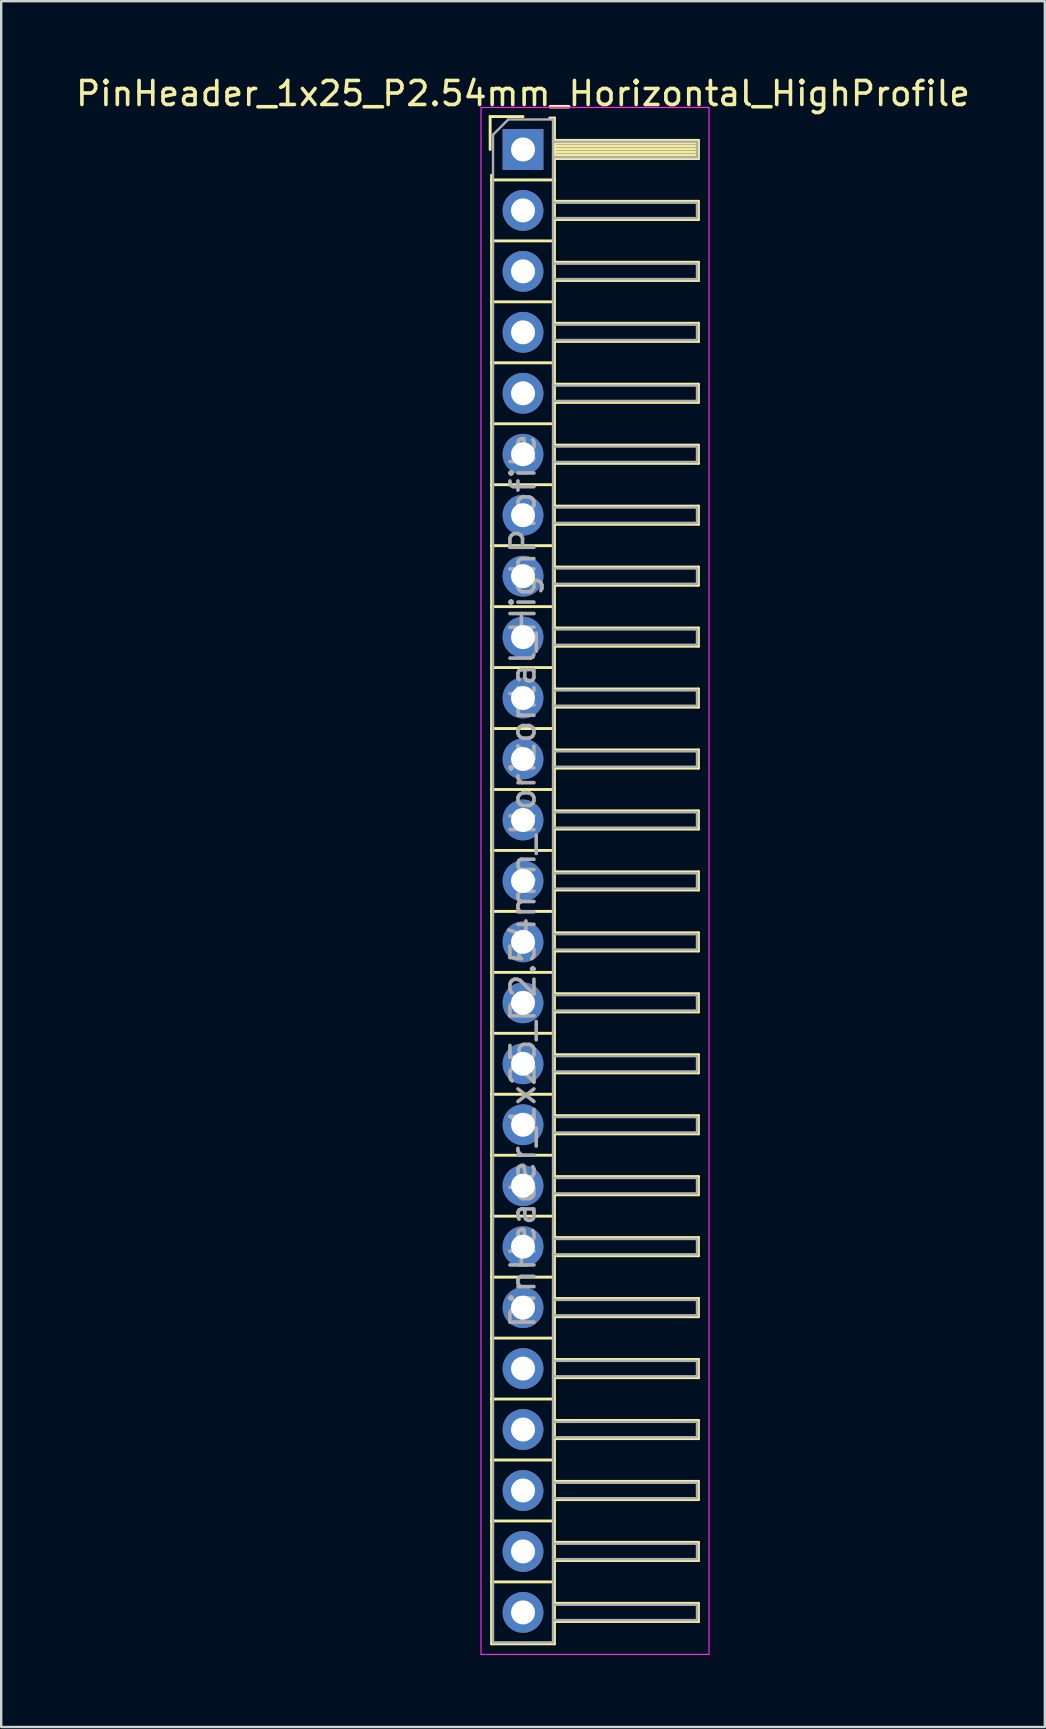
<source format=kicad_pcb>
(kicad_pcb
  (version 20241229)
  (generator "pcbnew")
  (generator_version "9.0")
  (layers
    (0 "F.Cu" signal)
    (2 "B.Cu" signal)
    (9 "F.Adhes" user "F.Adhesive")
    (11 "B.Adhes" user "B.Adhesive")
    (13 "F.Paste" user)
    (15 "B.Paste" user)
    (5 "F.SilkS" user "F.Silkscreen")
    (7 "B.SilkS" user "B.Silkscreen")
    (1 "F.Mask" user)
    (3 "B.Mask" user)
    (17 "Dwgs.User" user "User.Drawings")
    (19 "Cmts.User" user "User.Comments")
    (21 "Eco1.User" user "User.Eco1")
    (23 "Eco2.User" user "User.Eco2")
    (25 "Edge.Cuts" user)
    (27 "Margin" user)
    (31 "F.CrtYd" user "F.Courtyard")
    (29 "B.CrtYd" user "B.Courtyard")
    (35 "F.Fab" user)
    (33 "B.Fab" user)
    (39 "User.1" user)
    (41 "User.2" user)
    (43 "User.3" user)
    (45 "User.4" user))
  (footprint "PinHeader_1x25_P2.54mm_Horizontal_HighProfile"
    (layer "F.Cu")
    (at 18.744 3.178)
    (property "Reference" "PinHeader_1x25_P2.54mm_Horizontal_HighProfile" (at 0 -2.33 0) (layer "F.SilkS") (effects (font (size 1 1) (thickness 0.15))))
    (attr through_hole)
    (fp_line (start -1.37 -1.37) (end -1.37 0) (stroke (width 0.12) (type solid)) (layer "F.SilkS"))
    (fp_line (start -1.37 -1.37) (end 0 -1.37) (stroke (width 0.12) (type solid)) (layer "F.SilkS"))
    (fp_line (start -1.31 1.27) (end -1.31 1.07) (stroke (width 0.12) (type solid)) (layer "F.SilkS"))
    (fp_line (start -1.31 1.27) (end -1.31 3.81) (stroke (width 0.12) (type solid)) (layer "F.SilkS"))
    (fp_line (start -1.31 1.27) (end 1.31 1.27) (stroke (width 0.12) (type solid)) (layer "F.SilkS"))
    (fp_line (start -1.31 3.81) (end -1.31 6.35) (stroke (width 0.12) (type solid)) (layer "F.SilkS"))
    (fp_line (start -1.31 3.81) (end 1.31 3.81) (stroke (width 0.12) (type solid)) (layer "F.SilkS"))
    (fp_line (start -1.31 6.35) (end -1.31 8.89) (stroke (width 0.12) (type solid)) (layer "F.SilkS"))
    (fp_line (start -1.31 6.35) (end 1.31 6.35) (stroke (width 0.12) (type solid)) (layer "F.SilkS"))
    (fp_line (start -1.31 8.89) (end -1.31 11.43) (stroke (width 0.12) (type solid)) (layer "F.SilkS"))
    (fp_line (start -1.31 8.89) (end 1.31 8.89) (stroke (width 0.12) (type solid)) (layer "F.SilkS"))
    (fp_line (start -1.31 11.43) (end -1.31 13.97) (stroke (width 0.12) (type solid)) (layer "F.SilkS"))
    (fp_line (start -1.31 11.43) (end 1.31 11.43) (stroke (width 0.12) (type solid)) (layer "F.SilkS"))
    (fp_line (start -1.31 13.97) (end -1.31 16.51) (stroke (width 0.12) (type solid)) (layer "F.SilkS"))
    (fp_line (start -1.31 13.97) (end 1.31 13.97) (stroke (width 0.12) (type solid)) (layer "F.SilkS"))
    (fp_line (start -1.31 16.51) (end -1.31 19.05) (stroke (width 0.12) (type solid)) (layer "F.SilkS"))
    (fp_line (start -1.31 16.51) (end 1.31 16.51) (stroke (width 0.12) (type solid)) (layer "F.SilkS"))
    (fp_line (start -1.31 19.05) (end -1.31 21.59) (stroke (width 0.12) (type solid)) (layer "F.SilkS"))
    (fp_line (start -1.31 19.05) (end 1.31 19.05) (stroke (width 0.12) (type solid)) (layer "F.SilkS"))
    (fp_line (start -1.31 21.59) (end -1.31 24.13) (stroke (width 0.12) (type solid)) (layer "F.SilkS"))
    (fp_line (start -1.31 21.59) (end 1.31 21.59) (stroke (width 0.12) (type solid)) (layer "F.SilkS"))
    (fp_line (start -1.31 24.13) (end -1.31 26.67) (stroke (width 0.12) (type solid)) (layer "F.SilkS"))
    (fp_line (start -1.31 24.13) (end 1.31 24.13) (stroke (width 0.12) (type solid)) (layer "F.SilkS"))
    (fp_line (start -1.31 26.67) (end -1.31 29.21) (stroke (width 0.12) (type solid)) (layer "F.SilkS"))
    (fp_line (start -1.31 26.67) (end 1.31 26.67) (stroke (width 0.12) (type solid)) (layer "F.SilkS"))
    (fp_line (start -1.31 29.21) (end -1.31 31.75) (stroke (width 0.12) (type solid)) (layer "F.SilkS"))
    (fp_line (start -1.31 29.21) (end 1.31 29.21) (stroke (width 0.12) (type solid)) (layer "F.SilkS"))
    (fp_line (start -1.31 31.75) (end -1.31 34.29) (stroke (width 0.12) (type solid)) (layer "F.SilkS"))
    (fp_line (start -1.31 31.75) (end 1.31 31.75) (stroke (width 0.12) (type solid)) (layer "F.SilkS"))
    (fp_line (start -1.31 34.29) (end -1.31 36.83) (stroke (width 0.12) (type solid)) (layer "F.SilkS"))
    (fp_line (start -1.31 34.29) (end 1.31 34.29) (stroke (width 0.12) (type solid)) (layer "F.SilkS"))
    (fp_line (start -1.31 36.83) (end -1.31 39.37) (stroke (width 0.12) (type solid)) (layer "F.SilkS"))
    (fp_line (start -1.31 36.83) (end 1.31 36.83) (stroke (width 0.12) (type solid)) (layer "F.SilkS"))
    (fp_line (start -1.31 39.37) (end -1.31 41.91) (stroke (width 0.12) (type solid)) (layer "F.SilkS"))
    (fp_line (start -1.31 39.37) (end 1.31 39.37) (stroke (width 0.12) (type solid)) (layer "F.SilkS"))
    (fp_line (start -1.31 41.91) (end -1.31 44.45) (stroke (width 0.12) (type solid)) (layer "F.SilkS"))
    (fp_line (start -1.31 41.91) (end 1.31 41.91) (stroke (width 0.12) (type solid)) (layer "F.SilkS"))
    (fp_line (start -1.31 44.45) (end -1.31 46.99) (stroke (width 0.12) (type solid)) (layer "F.SilkS"))
    (fp_line (start -1.31 44.45) (end 1.31 44.45) (stroke (width 0.12) (type solid)) (layer "F.SilkS"))
    (fp_line (start -1.31 46.99) (end -1.31 49.53) (stroke (width 0.12) (type solid)) (layer "F.SilkS"))
    (fp_line (start -1.31 46.99) (end 1.31 46.99) (stroke (width 0.12) (type solid)) (layer "F.SilkS"))
    (fp_line (start -1.31 49.53) (end -1.31 52.07) (stroke (width 0.12) (type solid)) (layer "F.SilkS"))
    (fp_line (start -1.31 49.53) (end 1.31 49.53) (stroke (width 0.12) (type solid)) (layer "F.SilkS"))
    (fp_line (start -1.31 52.07) (end -1.31 54.61) (stroke (width 0.12) (type solid)) (layer "F.SilkS"))
    (fp_line (start -1.31 52.07) (end 1.31 52.07) (stroke (width 0.12) (type solid)) (layer "F.SilkS"))
    (fp_line (start -1.31 54.61) (end -1.31 57.15) (stroke (width 0.12) (type solid)) (layer "F.SilkS"))
    (fp_line (start -1.31 54.61) (end 1.31 54.61) (stroke (width 0.12) (type solid)) (layer "F.SilkS"))
    (fp_line (start -1.31 57.15) (end -1.31 59.69) (stroke (width 0.12) (type solid)) (layer "F.SilkS"))
    (fp_line (start -1.31 57.15) (end 1.31 57.15) (stroke (width 0.12) (type solid)) (layer "F.SilkS"))
    (fp_line (start -1.31 59.69) (end -1.31 62.27) (stroke (width 0.12) (type solid)) (layer "F.SilkS"))
    (fp_line (start -1.31 59.69) (end 1.31 59.69) (stroke (width 0.12) (type solid)) (layer "F.SilkS"))
    (fp_line (start -1.31 62.27) (end 1.31 62.27) (stroke (width 0.12) (type solid)) (layer "F.SilkS"))
    (fp_line (start 1.11 -1.31) (end 1.31 -1.31) (stroke (width 0.12) (type solid)) (layer "F.SilkS"))
    (fp_line (start 1.31 -1.31) (end 1.31 1.31) (stroke (width 0.12) (type solid)) (layer "F.SilkS"))
    (fp_line (start 1.31 -0.38) (end 7.31 -0.38) (stroke (width 0.12) (type solid)) (layer "F.SilkS"))
    (fp_line (start 1.31 -0.26) (end 7.31 -0.26) (stroke (width 0.12) (type solid)) (layer "F.SilkS"))
    (fp_line (start 1.31 -0.14) (end 7.31 -0.14) (stroke (width 0.12) (type solid)) (layer "F.SilkS"))
    (fp_line (start 1.31 -0.02) (end 7.31 -0.02) (stroke (width 0.12) (type solid)) (layer "F.SilkS"))
    (fp_line (start 1.31 0.1) (end 7.31 0.1) (stroke (width 0.12) (type solid)) (layer "F.SilkS"))
    (fp_line (start 1.31 0.22) (end 7.31 0.22) (stroke (width 0.12) (type solid)) (layer "F.SilkS"))
    (fp_line (start 1.31 0.34) (end 7.31 0.34) (stroke (width 0.12) (type solid)) (layer "F.SilkS"))
    (fp_line (start 1.31 0.38) (end 7.31 0.38) (stroke (width 0.12) (type solid)) (layer "F.SilkS"))
    (fp_line (start 1.31 1.27) (end 1.31 3.81) (stroke (width 0.12) (type solid)) (layer "F.SilkS"))
    (fp_line (start 1.31 2.16) (end 7.31 2.16) (stroke (width 0.12) (type solid)) (layer "F.SilkS"))
    (fp_line (start 1.31 2.92) (end 7.31 2.92) (stroke (width 0.12) (type solid)) (layer "F.SilkS"))
    (fp_line (start 1.31 3.81) (end 1.31 6.35) (stroke (width 0.12) (type solid)) (layer "F.SilkS"))
    (fp_line (start 1.31 4.7) (end 7.31 4.7) (stroke (width 0.12) (type solid)) (layer "F.SilkS"))
    (fp_line (start 1.31 5.46) (end 7.31 5.46) (stroke (width 0.12) (type solid)) (layer "F.SilkS"))
    (fp_line (start 1.31 6.35) (end 1.31 8.89) (stroke (width 0.12) (type solid)) (layer "F.SilkS"))
    (fp_line (start 1.31 7.24) (end 7.31 7.24) (stroke (width 0.12) (type solid)) (layer "F.SilkS"))
    (fp_line (start 1.31 8) (end 7.31 8) (stroke (width 0.12) (type solid)) (layer "F.SilkS"))
    (fp_line (start 1.31 8.89) (end 1.31 11.43) (stroke (width 0.12) (type solid)) (layer "F.SilkS"))
    (fp_line (start 1.31 9.78) (end 7.31 9.78) (stroke (width 0.12) (type solid)) (layer "F.SilkS"))
    (fp_line (start 1.31 10.54) (end 7.31 10.54) (stroke (width 0.12) (type solid)) (layer "F.SilkS"))
    (fp_line (start 1.31 11.43) (end 1.31 13.97) (stroke (width 0.12) (type solid)) (layer "F.SilkS"))
    (fp_line (start 1.31 12.32) (end 7.31 12.32) (stroke (width 0.12) (type solid)) (layer "F.SilkS"))
    (fp_line (start 1.31 13.08) (end 7.31 13.08) (stroke (width 0.12) (type solid)) (layer "F.SilkS"))
    (fp_line (start 1.31 13.97) (end 1.31 16.51) (stroke (width 0.12) (type solid)) (layer "F.SilkS"))
    (fp_line (start 1.31 14.86) (end 7.31 14.86) (stroke (width 0.12) (type solid)) (layer "F.SilkS"))
    (fp_line (start 1.31 15.62) (end 7.31 15.62) (stroke (width 0.12) (type solid)) (layer "F.SilkS"))
    (fp_line (start 1.31 16.51) (end 1.31 19.05) (stroke (width 0.12) (type solid)) (layer "F.SilkS"))
    (fp_line (start 1.31 17.4) (end 7.31 17.4) (stroke (width 0.12) (type solid)) (layer "F.SilkS"))
    (fp_line (start 1.31 18.16) (end 7.31 18.16) (stroke (width 0.12) (type solid)) (layer "F.SilkS"))
    (fp_line (start 1.31 19.05) (end 1.31 21.59) (stroke (width 0.12) (type solid)) (layer "F.SilkS"))
    (fp_line (start 1.31 19.94) (end 7.31 19.94) (stroke (width 0.12) (type solid)) (layer "F.SilkS"))
    (fp_line (start 1.31 20.7) (end 7.31 20.7) (stroke (width 0.12) (type solid)) (layer "F.SilkS"))
    (fp_line (start 1.31 21.59) (end 1.31 24.13) (stroke (width 0.12) (type solid)) (layer "F.SilkS"))
    (fp_line (start 1.31 22.48) (end 7.31 22.48) (stroke (width 0.12) (type solid)) (layer "F.SilkS"))
    (fp_line (start 1.31 23.24) (end 7.31 23.24) (stroke (width 0.12) (type solid)) (layer "F.SilkS"))
    (fp_line (start 1.31 24.13) (end 1.31 26.67) (stroke (width 0.12) (type solid)) (layer "F.SilkS"))
    (fp_line (start 1.31 25.02) (end 7.31 25.02) (stroke (width 0.12) (type solid)) (layer "F.SilkS"))
    (fp_line (start 1.31 25.78) (end 7.31 25.78) (stroke (width 0.12) (type solid)) (layer "F.SilkS"))
    (fp_line (start 1.31 26.67) (end 1.31 29.21) (stroke (width 0.12) (type solid)) (layer "F.SilkS"))
    (fp_line (start 1.31 27.56) (end 7.31 27.56) (stroke (width 0.12) (type solid)) (layer "F.SilkS"))
    (fp_line (start 1.31 28.32) (end 7.31 28.32) (stroke (width 0.12) (type solid)) (layer "F.SilkS"))
    (fp_line (start 1.31 29.21) (end 1.31 31.75) (stroke (width 0.12) (type solid)) (layer "F.SilkS"))
    (fp_line (start 1.31 30.1) (end 7.31 30.1) (stroke (width 0.12) (type solid)) (layer "F.SilkS"))
    (fp_line (start 1.31 30.86) (end 7.31 30.86) (stroke (width 0.12) (type solid)) (layer "F.SilkS"))
    (fp_line (start 1.31 31.75) (end 1.31 34.29) (stroke (width 0.12) (type solid)) (layer "F.SilkS"))
    (fp_line (start 1.31 32.64) (end 7.31 32.64) (stroke (width 0.12) (type solid)) (layer "F.SilkS"))
    (fp_line (start 1.31 33.4) (end 7.31 33.4) (stroke (width 0.12) (type solid)) (layer "F.SilkS"))
    (fp_line (start 1.31 34.29) (end 1.31 36.83) (stroke (width 0.12) (type solid)) (layer "F.SilkS"))
    (fp_line (start 1.31 35.18) (end 7.31 35.18) (stroke (width 0.12) (type solid)) (layer "F.SilkS"))
    (fp_line (start 1.31 35.94) (end 7.31 35.94) (stroke (width 0.12) (type solid)) (layer "F.SilkS"))
    (fp_line (start 1.31 36.83) (end 1.31 39.37) (stroke (width 0.12) (type solid)) (layer "F.SilkS"))
    (fp_line (start 1.31 37.72) (end 7.31 37.72) (stroke (width 0.12) (type solid)) (layer "F.SilkS"))
    (fp_line (start 1.31 38.48) (end 7.31 38.48) (stroke (width 0.12) (type solid)) (layer "F.SilkS"))
    (fp_line (start 1.31 39.37) (end 1.31 41.91) (stroke (width 0.12) (type solid)) (layer "F.SilkS"))
    (fp_line (start 1.31 40.26) (end 7.31 40.26) (stroke (width 0.12) (type solid)) (layer "F.SilkS"))
    (fp_line (start 1.31 41.02) (end 7.31 41.02) (stroke (width 0.12) (type solid)) (layer "F.SilkS"))
    (fp_line (start 1.31 41.91) (end 1.31 44.45) (stroke (width 0.12) (type solid)) (layer "F.SilkS"))
    (fp_line (start 1.31 42.8) (end 7.31 42.8) (stroke (width 0.12) (type solid)) (layer "F.SilkS"))
    (fp_line (start 1.31 43.56) (end 7.31 43.56) (stroke (width 0.12) (type solid)) (layer "F.SilkS"))
    (fp_line (start 1.31 44.45) (end 1.31 46.99) (stroke (width 0.12) (type solid)) (layer "F.SilkS"))
    (fp_line (start 1.31 45.34) (end 7.31 45.34) (stroke (width 0.12) (type solid)) (layer "F.SilkS"))
    (fp_line (start 1.31 46.1) (end 7.31 46.1) (stroke (width 0.12) (type solid)) (layer "F.SilkS"))
    (fp_line (start 1.31 46.99) (end 1.31 49.53) (stroke (width 0.12) (type solid)) (layer "F.SilkS"))
    (fp_line (start 1.31 47.88) (end 7.31 47.88) (stroke (width 0.12) (type solid)) (layer "F.SilkS"))
    (fp_line (start 1.31 48.64) (end 7.31 48.64) (stroke (width 0.12) (type solid)) (layer "F.SilkS"))
    (fp_line (start 1.31 49.53) (end 1.31 52.07) (stroke (width 0.12) (type solid)) (layer "F.SilkS"))
    (fp_line (start 1.31 50.42) (end 7.31 50.42) (stroke (width 0.12) (type solid)) (layer "F.SilkS"))
    (fp_line (start 1.31 51.18) (end 7.31 51.18) (stroke (width 0.12) (type solid)) (layer "F.SilkS"))
    (fp_line (start 1.31 52.07) (end 1.31 54.61) (stroke (width 0.12) (type solid)) (layer "F.SilkS"))
    (fp_line (start 1.31 52.96) (end 7.31 52.96) (stroke (width 0.12) (type solid)) (layer "F.SilkS"))
    (fp_line (start 1.31 53.72) (end 7.31 53.72) (stroke (width 0.12) (type solid)) (layer "F.SilkS"))
    (fp_line (start 1.31 54.61) (end 1.31 57.15) (stroke (width 0.12) (type solid)) (layer "F.SilkS"))
    (fp_line (start 1.31 55.5) (end 7.31 55.5) (stroke (width 0.12) (type solid)) (layer "F.SilkS"))
    (fp_line (start 1.31 56.26) (end 7.31 56.26) (stroke (width 0.12) (type solid)) (layer "F.SilkS"))
    (fp_line (start 1.31 57.15) (end 1.31 59.69) (stroke (width 0.12) (type solid)) (layer "F.SilkS"))
    (fp_line (start 1.31 58.04) (end 7.31 58.04) (stroke (width 0.12) (type solid)) (layer "F.SilkS"))
    (fp_line (start 1.31 58.8) (end 7.31 58.8) (stroke (width 0.12) (type solid)) (layer "F.SilkS"))
    (fp_line (start 1.31 59.69) (end 1.31 62.27) (stroke (width 0.12) (type solid)) (layer "F.SilkS"))
    (fp_line (start 1.31 60.58) (end 7.31 60.58) (stroke (width 0.12) (type solid)) (layer "F.SilkS"))
    (fp_line (start 1.31 61.34) (end 7.31 61.34) (stroke (width 0.12) (type solid)) (layer "F.SilkS"))
    (fp_line (start 7.31 -0.38) (end 7.31 0.38) (stroke (width 0.12) (type solid)) (layer "F.SilkS"))
    (fp_line (start 7.31 2.16) (end 7.31 2.92) (stroke (width 0.12) (type solid)) (layer "F.SilkS"))
    (fp_line (start 7.31 4.7) (end 7.31 5.46) (stroke (width 0.12) (type solid)) (layer "F.SilkS"))
    (fp_line (start 7.31 7.24) (end 7.31 8) (stroke (width 0.12) (type solid)) (layer "F.SilkS"))
    (fp_line (start 7.31 9.78) (end 7.31 10.54) (stroke (width 0.12) (type solid)) (layer "F.SilkS"))
    (fp_line (start 7.31 12.32) (end 7.31 13.08) (stroke (width 0.12) (type solid)) (layer "F.SilkS"))
    (fp_line (start 7.31 14.86) (end 7.31 15.62) (stroke (width 0.12) (type solid)) (layer "F.SilkS"))
    (fp_line (start 7.31 17.4) (end 7.31 18.16) (stroke (width 0.12) (type solid)) (layer "F.SilkS"))
    (fp_line (start 7.31 19.94) (end 7.31 20.7) (stroke (width 0.12) (type solid)) (layer "F.SilkS"))
    (fp_line (start 7.31 22.48) (end 7.31 23.24) (stroke (width 0.12) (type solid)) (layer "F.SilkS"))
    (fp_line (start 7.31 25.02) (end 7.31 25.78) (stroke (width 0.12) (type solid)) (layer "F.SilkS"))
    (fp_line (start 7.31 27.56) (end 7.31 28.32) (stroke (width 0.12) (type solid)) (layer "F.SilkS"))
    (fp_line (start 7.31 30.1) (end 7.31 30.86) (stroke (width 0.12) (type solid)) (layer "F.SilkS"))
    (fp_line (start 7.31 32.64) (end 7.31 33.4) (stroke (width 0.12) (type solid)) (layer "F.SilkS"))
    (fp_line (start 7.31 35.18) (end 7.31 35.94) (stroke (width 0.12) (type solid)) (layer "F.SilkS"))
    (fp_line (start 7.31 37.72) (end 7.31 38.48) (stroke (width 0.12) (type solid)) (layer "F.SilkS"))
    (fp_line (start 7.31 40.26) (end 7.31 41.02) (stroke (width 0.12) (type solid)) (layer "F.SilkS"))
    (fp_line (start 7.31 42.8) (end 7.31 43.56) (stroke (width 0.12) (type solid)) (layer "F.SilkS"))
    (fp_line (start 7.31 45.34) (end 7.31 46.1) (stroke (width 0.12) (type solid)) (layer "F.SilkS"))
    (fp_line (start 7.31 47.88) (end 7.31 48.64) (stroke (width 0.12) (type solid)) (layer "F.SilkS"))
    (fp_line (start 7.31 50.42) (end 7.31 51.18) (stroke (width 0.12) (type solid)) (layer "F.SilkS"))
    (fp_line (start 7.31 52.96) (end 7.31 53.72) (stroke (width 0.12) (type solid)) (layer "F.SilkS"))
    (fp_line (start 7.31 55.5) (end 7.31 56.26) (stroke (width 0.12) (type solid)) (layer "F.SilkS"))
    (fp_line (start 7.31 58.04) (end 7.31 58.8) (stroke (width 0.12) (type solid)) (layer "F.SilkS"))
    (fp_line (start 7.31 60.58) (end 7.31 61.34) (stroke (width 0.12) (type solid)) (layer "F.SilkS"))
    (fp_line (start -1.75 -1.75) (end -1.75 62.71) (stroke (width 0.05) (type solid)) (layer "F.CrtYd"))
    (fp_line (start -1.75 -1.75) (end 7.75 -1.75) (stroke (width 0.05) (type solid)) (layer "F.CrtYd"))
    (fp_line (start -1.75 62.71) (end 7.75 62.71) (stroke (width 0.05) (type solid)) (layer "F.CrtYd"))
    (fp_line (start 7.75 -1.75) (end 7.75 62.71) (stroke (width 0.05) (type solid)) (layer "F.CrtYd"))
    (fp_line (start -1.25 -0.615) (end -1.25 62.21) (stroke (width 0.1) (type solid)) (layer "F.Fab"))
    (fp_line (start -1.25 -0.615) (end -0.615 -1.25) (stroke (width 0.1) (type solid)) (layer "F.Fab"))
    (fp_line (start -1.25 62.21) (end 1.25 62.21) (stroke (width 0.1) (type solid)) (layer "F.Fab"))
    (fp_line (start -0.615 -1.25) (end 1.25 -1.25) (stroke (width 0.1) (type solid)) (layer "F.Fab"))
    (fp_line (start 1.25 -1.25) (end 1.25 62.21) (stroke (width 0.1) (type solid)) (layer "F.Fab"))
    (fp_line (start 1.25 -0.32) (end 7.25 -0.32) (stroke (width 0.1) (type solid)) (layer "F.Fab"))
    (fp_line (start 1.25 0.32) (end 7.25 0.32) (stroke (width 0.1) (type solid)) (layer "F.Fab"))
    (fp_line (start 1.25 2.22) (end 7.25 2.22) (stroke (width 0.1) (type solid)) (layer "F.Fab"))
    (fp_line (start 1.25 2.86) (end 7.25 2.86) (stroke (width 0.1) (type solid)) (layer "F.Fab"))
    (fp_line (start 1.25 4.76) (end 7.25 4.76) (stroke (width 0.1) (type solid)) (layer "F.Fab"))
    (fp_line (start 1.25 5.4) (end 7.25 5.4) (stroke (width 0.1) (type solid)) (layer "F.Fab"))
    (fp_line (start 1.25 7.3) (end 7.25 7.3) (stroke (width 0.1) (type solid)) (layer "F.Fab"))
    (fp_line (start 1.25 7.94) (end 7.25 7.94) (stroke (width 0.1) (type solid)) (layer "F.Fab"))
    (fp_line (start 1.25 9.84) (end 7.25 9.84) (stroke (width 0.1) (type solid)) (layer "F.Fab"))
    (fp_line (start 1.25 10.48) (end 7.25 10.48) (stroke (width 0.1) (type solid)) (layer "F.Fab"))
    (fp_line (start 1.25 12.38) (end 7.25 12.38) (stroke (width 0.1) (type solid)) (layer "F.Fab"))
    (fp_line (start 1.25 13.02) (end 7.25 13.02) (stroke (width 0.1) (type solid)) (layer "F.Fab"))
    (fp_line (start 1.25 14.92) (end 7.25 14.92) (stroke (width 0.1) (type solid)) (layer "F.Fab"))
    (fp_line (start 1.25 15.56) (end 7.25 15.56) (stroke (width 0.1) (type solid)) (layer "F.Fab"))
    (fp_line (start 1.25 17.46) (end 7.25 17.46) (stroke (width 0.1) (type solid)) (layer "F.Fab"))
    (fp_line (start 1.25 18.1) (end 7.25 18.1) (stroke (width 0.1) (type solid)) (layer "F.Fab"))
    (fp_line (start 1.25 20) (end 7.25 20) (stroke (width 0.1) (type solid)) (layer "F.Fab"))
    (fp_line (start 1.25 20.64) (end 7.25 20.64) (stroke (width 0.1) (type solid)) (layer "F.Fab"))
    (fp_line (start 1.25 22.54) (end 7.25 22.54) (stroke (width 0.1) (type solid)) (layer "F.Fab"))
    (fp_line (start 1.25 23.18) (end 7.25 23.18) (stroke (width 0.1) (type solid)) (layer "F.Fab"))
    (fp_line (start 1.25 25.08) (end 7.25 25.08) (stroke (width 0.1) (type solid)) (layer "F.Fab"))
    (fp_line (start 1.25 25.72) (end 7.25 25.72) (stroke (width 0.1) (type solid)) (layer "F.Fab"))
    (fp_line (start 1.25 27.62) (end 7.25 27.62) (stroke (width 0.1) (type solid)) (layer "F.Fab"))
    (fp_line (start 1.25 28.26) (end 7.25 28.26) (stroke (width 0.1) (type solid)) (layer "F.Fab"))
    (fp_line (start 1.25 30.16) (end 7.25 30.16) (stroke (width 0.1) (type solid)) (layer "F.Fab"))
    (fp_line (start 1.25 30.8) (end 7.25 30.8) (stroke (width 0.1) (type solid)) (layer "F.Fab"))
    (fp_line (start 1.25 32.7) (end 7.25 32.7) (stroke (width 0.1) (type solid)) (layer "F.Fab"))
    (fp_line (start 1.25 33.34) (end 7.25 33.34) (stroke (width 0.1) (type solid)) (layer "F.Fab"))
    (fp_line (start 1.25 35.24) (end 7.25 35.24) (stroke (width 0.1) (type solid)) (layer "F.Fab"))
    (fp_line (start 1.25 35.88) (end 7.25 35.88) (stroke (width 0.1) (type solid)) (layer "F.Fab"))
    (fp_line (start 1.25 37.78) (end 7.25 37.78) (stroke (width 0.1) (type solid)) (layer "F.Fab"))
    (fp_line (start 1.25 38.42) (end 7.25 38.42) (stroke (width 0.1) (type solid)) (layer "F.Fab"))
    (fp_line (start 1.25 40.32) (end 7.25 40.32) (stroke (width 0.1) (type solid)) (layer "F.Fab"))
    (fp_line (start 1.25 40.96) (end 7.25 40.96) (stroke (width 0.1) (type solid)) (layer "F.Fab"))
    (fp_line (start 1.25 42.86) (end 7.25 42.86) (stroke (width 0.1) (type solid)) (layer "F.Fab"))
    (fp_line (start 1.25 43.5) (end 7.25 43.5) (stroke (width 0.1) (type solid)) (layer "F.Fab"))
    (fp_line (start 1.25 45.4) (end 7.25 45.4) (stroke (width 0.1) (type solid)) (layer "F.Fab"))
    (fp_line (start 1.25 46.04) (end 7.25 46.04) (stroke (width 0.1) (type solid)) (layer "F.Fab"))
    (fp_line (start 1.25 47.94) (end 7.25 47.94) (stroke (width 0.1) (type solid)) (layer "F.Fab"))
    (fp_line (start 1.25 48.58) (end 7.25 48.58) (stroke (width 0.1) (type solid)) (layer "F.Fab"))
    (fp_line (start 1.25 50.48) (end 7.25 50.48) (stroke (width 0.1) (type solid)) (layer "F.Fab"))
    (fp_line (start 1.25 51.12) (end 7.25 51.12) (stroke (width 0.1) (type solid)) (layer "F.Fab"))
    (fp_line (start 1.25 53.02) (end 7.25 53.02) (stroke (width 0.1) (type solid)) (layer "F.Fab"))
    (fp_line (start 1.25 53.66) (end 7.25 53.66) (stroke (width 0.1) (type solid)) (layer "F.Fab"))
    (fp_line (start 1.25 55.56) (end 7.25 55.56) (stroke (width 0.1) (type solid)) (layer "F.Fab"))
    (fp_line (start 1.25 56.2) (end 7.25 56.2) (stroke (width 0.1) (type solid)) (layer "F.Fab"))
    (fp_line (start 1.25 58.1) (end 7.25 58.1) (stroke (width 0.1) (type solid)) (layer "F.Fab"))
    (fp_line (start 1.25 58.74) (end 7.25 58.74) (stroke (width 0.1) (type solid)) (layer "F.Fab"))
    (fp_line (start 1.25 60.64) (end 7.25 60.64) (stroke (width 0.1) (type solid)) (layer "F.Fab"))
    (fp_line (start 1.25 61.28) (end 7.25 61.28) (stroke (width 0.1) (type solid)) (layer "F.Fab"))
    (fp_line (start 7.25 -0.32) (end 7.25 0.32) (stroke (width 0.1) (type solid)) (layer "F.Fab"))
    (fp_line (start 7.25 2.22) (end 7.25 2.86) (stroke (width 0.1) (type solid)) (layer "F.Fab"))
    (fp_line (start 7.25 4.76) (end 7.25 5.4) (stroke (width 0.1) (type solid)) (layer "F.Fab"))
    (fp_line (start 7.25 7.3) (end 7.25 7.94) (stroke (width 0.1) (type solid)) (layer "F.Fab"))
    (fp_line (start 7.25 9.84) (end 7.25 10.48) (stroke (width 0.1) (type solid)) (layer "F.Fab"))
    (fp_line (start 7.25 12.38) (end 7.25 13.02) (stroke (width 0.1) (type solid)) (layer "F.Fab"))
    (fp_line (start 7.25 14.92) (end 7.25 15.56) (stroke (width 0.1) (type solid)) (layer "F.Fab"))
    (fp_line (start 7.25 17.46) (end 7.25 18.1) (stroke (width 0.1) (type solid)) (layer "F.Fab"))
    (fp_line (start 7.25 20) (end 7.25 20.64) (stroke (width 0.1) (type solid)) (layer "F.Fab"))
    (fp_line (start 7.25 22.54) (end 7.25 23.18) (stroke (width 0.1) (type solid)) (layer "F.Fab"))
    (fp_line (start 7.25 25.08) (end 7.25 25.72) (stroke (width 0.1) (type solid)) (layer "F.Fab"))
    (fp_line (start 7.25 27.62) (end 7.25 28.26) (stroke (width 0.1) (type solid)) (layer "F.Fab"))
    (fp_line (start 7.25 30.16) (end 7.25 30.8) (stroke (width 0.1) (type solid)) (layer "F.Fab"))
    (fp_line (start 7.25 32.7) (end 7.25 33.34) (stroke (width 0.1) (type solid)) (layer "F.Fab"))
    (fp_line (start 7.25 35.24) (end 7.25 35.88) (stroke (width 0.1) (type solid)) (layer "F.Fab"))
    (fp_line (start 7.25 37.78) (end 7.25 38.42) (stroke (width 0.1) (type solid)) (layer "F.Fab"))
    (fp_line (start 7.25 40.32) (end 7.25 40.96) (stroke (width 0.1) (type solid)) (layer "F.Fab"))
    (fp_line (start 7.25 42.86) (end 7.25 43.5) (stroke (width 0.1) (type solid)) (layer "F.Fab"))
    (fp_line (start 7.25 45.4) (end 7.25 46.04) (stroke (width 0.1) (type solid)) (layer "F.Fab"))
    (fp_line (start 7.25 47.94) (end 7.25 48.58) (stroke (width 0.1) (type solid)) (layer "F.Fab"))
    (fp_line (start 7.25 50.48) (end 7.25 51.12) (stroke (width 0.1) (type solid)) (layer "F.Fab"))
    (fp_line (start 7.25 53.02) (end 7.25 53.66) (stroke (width 0.1) (type solid)) (layer "F.Fab"))
    (fp_line (start 7.25 55.56) (end 7.25 56.2) (stroke (width 0.1) (type solid)) (layer "F.Fab"))
    (fp_line (start 7.25 58.1) (end 7.25 58.74) (stroke (width 0.1) (type solid)) (layer "F.Fab"))
    (fp_line (start 7.25 60.64) (end 7.25 61.28) (stroke (width 0.1) (type solid)) (layer "F.Fab"))
    (fp_text user "${REFERENCE}" (at 0 30.48 90) (layer "F.Fab") (effects (font (size 1 1) (thickness 0.15))))
    (pad "1" thru_hole rect (at 0 0) (size 1.7 1.7) (drill 1) (layers "*.Cu" "*.Mask"))
    (pad "2" thru_hole oval (at 0 2.54) (size 1.7 1.7) (drill 1) (layers "*.Cu" "*.Mask"))
    (pad "3" thru_hole oval (at 0 5.08) (size 1.7 1.7) (drill 1) (layers "*.Cu" "*.Mask"))
    (pad "4" thru_hole oval (at 0 7.62) (size 1.7 1.7) (drill 1) (layers "*.Cu" "*.Mask"))
    (pad "5" thru_hole oval (at 0 10.16) (size 1.7 1.7) (drill 1) (layers "*.Cu" "*.Mask"))
    (pad "6" thru_hole oval (at 0 12.7) (size 1.7 1.7) (drill 1) (layers "*.Cu" "*.Mask"))
    (pad "7" thru_hole oval (at 0 15.24) (size 1.7 1.7) (drill 1) (layers "*.Cu" "*.Mask"))
    (pad "8" thru_hole oval (at 0 17.78) (size 1.7 1.7) (drill 1) (layers "*.Cu" "*.Mask"))
    (pad "9" thru_hole oval (at 0 20.32) (size 1.7 1.7) (drill 1) (layers "*.Cu" "*.Mask"))
    (pad "10" thru_hole oval (at 0 22.86) (size 1.7 1.7) (drill 1) (layers "*.Cu" "*.Mask"))
    (pad "11" thru_hole oval (at 0 25.4) (size 1.7 1.7) (drill 1) (layers "*.Cu" "*.Mask"))
    (pad "12" thru_hole oval (at 0 27.94) (size 1.7 1.7) (drill 1) (layers "*.Cu" "*.Mask"))
    (pad "13" thru_hole oval (at 0 30.48) (size 1.7 1.7) (drill 1) (layers "*.Cu" "*.Mask"))
    (pad "14" thru_hole oval (at 0 33.02) (size 1.7 1.7) (drill 1) (layers "*.Cu" "*.Mask"))
    (pad "15" thru_hole oval (at 0 35.56) (size 1.7 1.7) (drill 1) (layers "*.Cu" "*.Mask"))
    (pad "16" thru_hole oval (at 0 38.1) (size 1.7 1.7) (drill 1) (layers "*.Cu" "*.Mask"))
    (pad "17" thru_hole oval (at 0 40.64) (size 1.7 1.7) (drill 1) (layers "*.Cu" "*.Mask"))
    (pad "18" thru_hole oval (at 0 43.18) (size 1.7 1.7) (drill 1) (layers "*.Cu" "*.Mask"))
    (pad "19" thru_hole oval (at 0 45.72) (size 1.7 1.7) (drill 1) (layers "*.Cu" "*.Mask"))
    (pad "20" thru_hole oval (at 0 48.26) (size 1.7 1.7) (drill 1) (layers "*.Cu" "*.Mask"))
    (pad "21" thru_hole oval (at 0 50.8) (size 1.7 1.7) (drill 1) (layers "*.Cu" "*.Mask"))
    (pad "22" thru_hole oval (at 0 53.34) (size 1.7 1.7) (drill 1) (layers "*.Cu" "*.Mask"))
    (pad "23" thru_hole oval (at 0 55.88) (size 1.7 1.7) (drill 1) (layers "*.Cu" "*.Mask"))
    (pad "24" thru_hole oval (at 0 58.42) (size 1.7 1.7) (drill 1) (layers "*.Cu" "*.Mask"))
    (pad "25" thru_hole oval (at 0 60.96) (size 1.7 1.7) (drill 1) (layers "*.Cu" "*.Mask")))
  (gr_rect
    (start -3 -3)
    (end 40.488 68.913)
    (stroke (width 0.1) (type default))
    (fill no)
    (layer "Edge.Cuts")))
</source>
